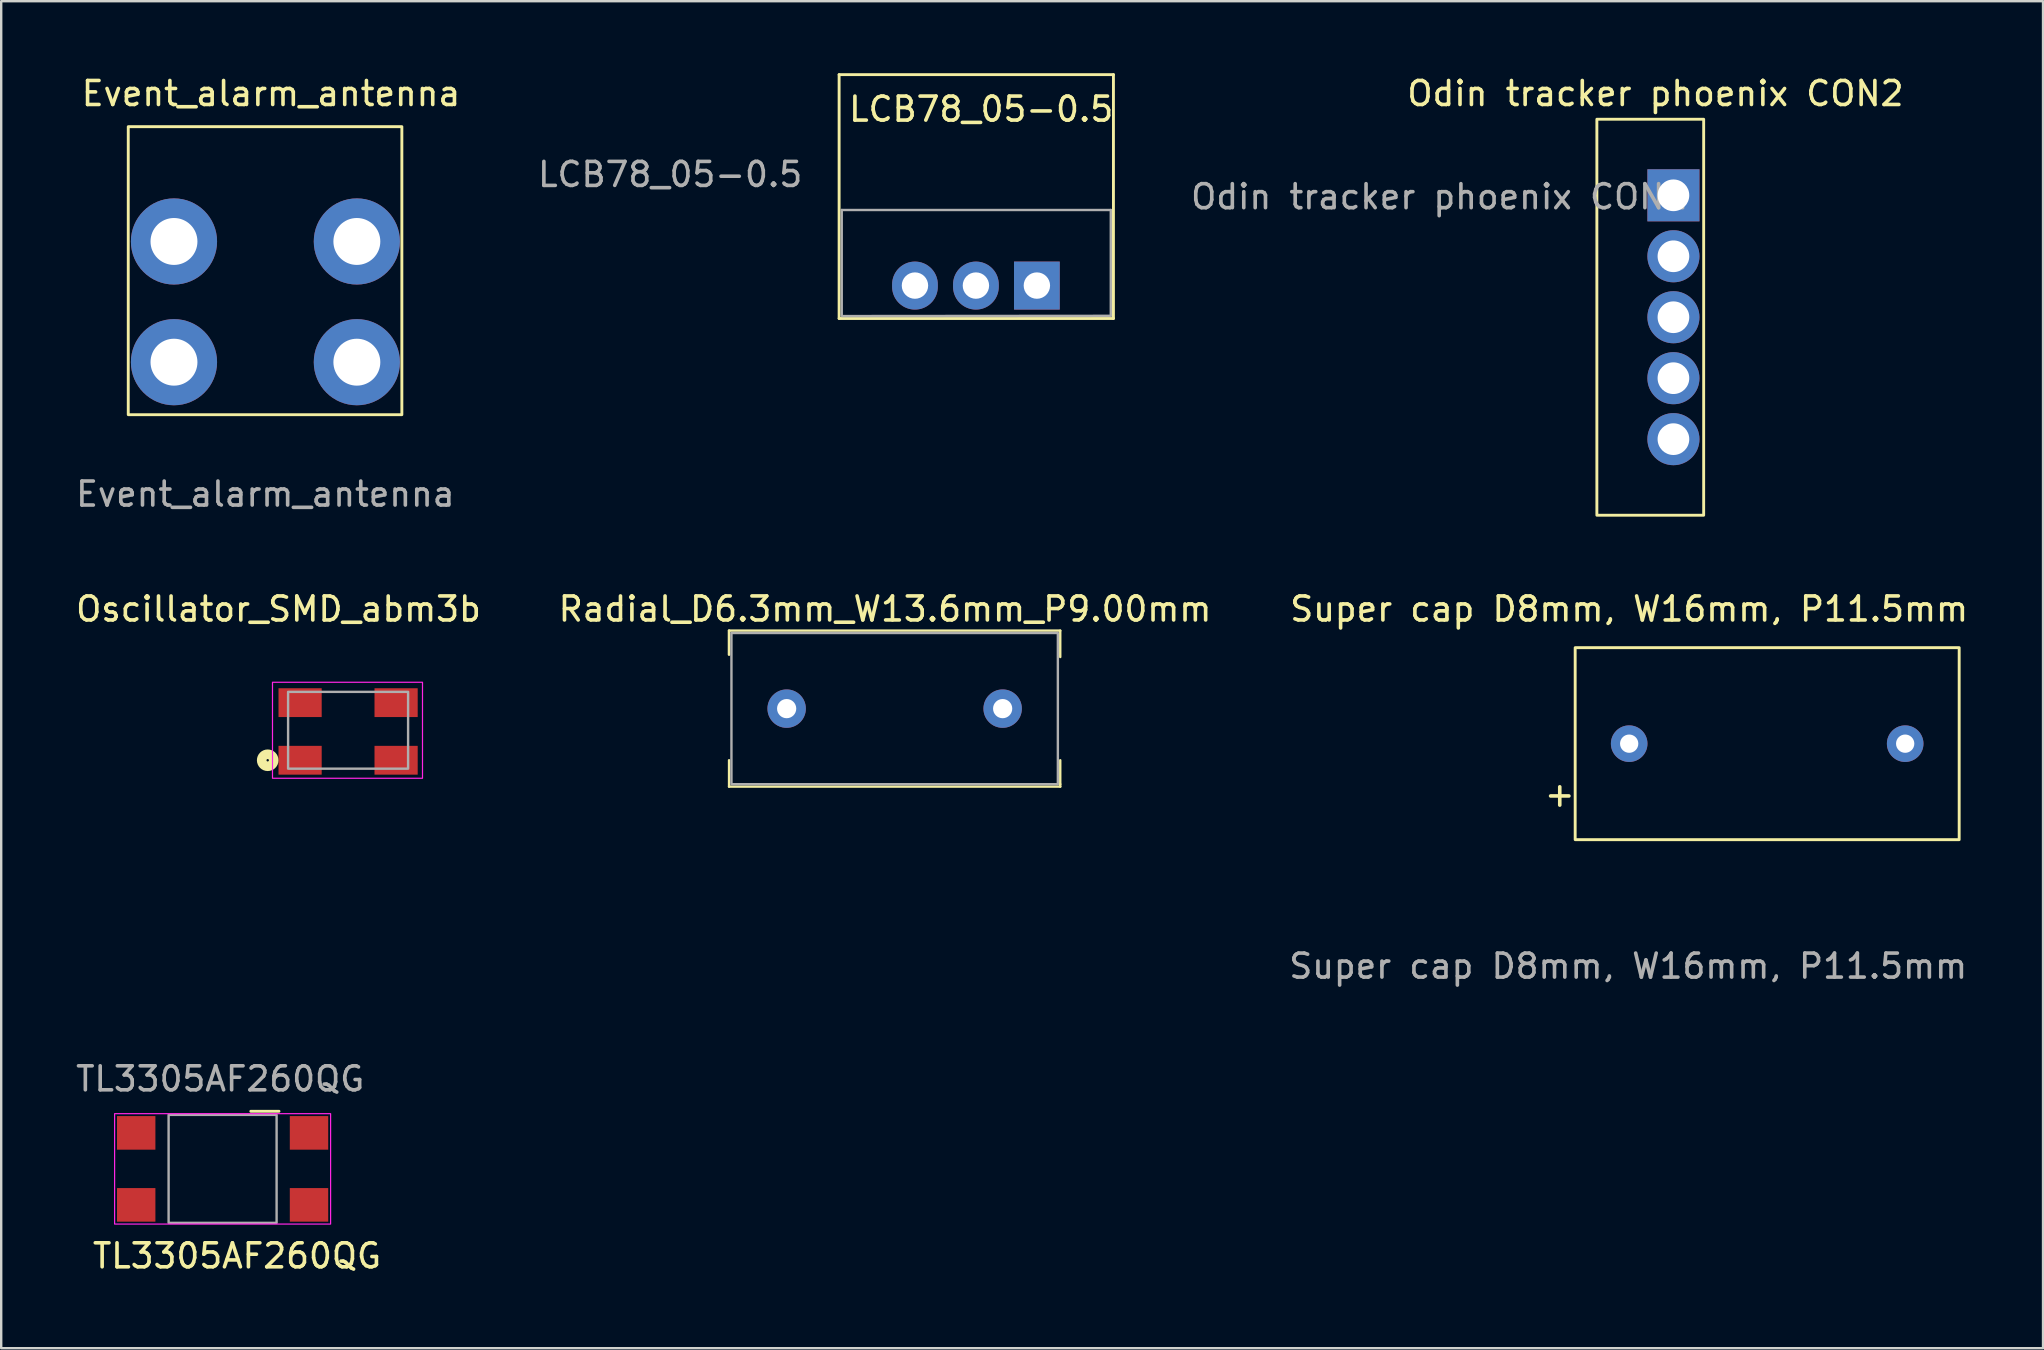
<source format=kicad_pcb>
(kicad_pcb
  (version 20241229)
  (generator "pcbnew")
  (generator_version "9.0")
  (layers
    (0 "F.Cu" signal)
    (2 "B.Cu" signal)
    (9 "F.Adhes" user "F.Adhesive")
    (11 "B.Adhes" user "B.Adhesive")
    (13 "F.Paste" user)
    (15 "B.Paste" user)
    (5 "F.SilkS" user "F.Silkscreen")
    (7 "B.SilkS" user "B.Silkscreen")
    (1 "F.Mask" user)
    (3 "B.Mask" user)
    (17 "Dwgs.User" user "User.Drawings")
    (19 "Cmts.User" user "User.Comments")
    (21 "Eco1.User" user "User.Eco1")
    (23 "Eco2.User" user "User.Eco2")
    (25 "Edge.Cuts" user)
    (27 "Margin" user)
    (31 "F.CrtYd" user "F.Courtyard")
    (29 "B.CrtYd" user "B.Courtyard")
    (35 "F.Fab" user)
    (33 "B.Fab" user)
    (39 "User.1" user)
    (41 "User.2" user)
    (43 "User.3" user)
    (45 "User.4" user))
  (footprint "TL3305AF260QG"
    (layer "F.Cu")
    (at 6.625 48.303)
    (property "Reference" "TL3305AF260QG" (at 0.2 0.975 0) (layer "F.SilkS") (effects (font (size 1 1) (thickness 0.15))))
    (attr smd)
    (fp_line (start 1.95 -5.05) (end 0.775 -5.05) (stroke (width 0.12) (type default)) (layer "F.SilkS"))
    (fp_rect (start 4.1 -0.35) (end -4.9 -4.95) (stroke (width 0.05) (type default)) (fill no) (layer "F.CrtYd"))
    (fp_rect (start 1.85 -0.4) (end -2.65 -4.9) (stroke (width 0.1) (type default)) (fill no) (layer "F.Fab"))
    (fp_text user "${REFERENCE}" (at -0.5 -6.4 0) (layer "F.Fab") (effects (font (size 1 1) (thickness 0.15))))
    (pad "1" smd rect (at 3.2 -4.15 180) (size 1.6 1.4) (layers "F.Cu" "F.Mask" "F.Paste"))
    (pad "2" smd rect (at -4 -4.15 180) (size 1.6 1.4) (layers "F.Cu" "F.Mask" "F.Paste"))
    (pad "3" smd rect (at 3.2 -1.15 180) (size 1.6 1.4) (layers "F.Cu" "F.Mask" "F.Paste"))
    (pad "4" smd rect (at -4 -1.15 180) (size 1.6 1.4) (layers "F.Cu" "F.Mask" "F.Paste")))
  (footprint "Radial_D6.3mm_W13.6mm_P9.00mm"
    (layer "F.Cu")
    (at 27.427 23.326)
    (property "Reference" "Radial_D6.3mm_W13.6mm_P9.00mm" (at 6.4 -1 0) (layer "F.SilkS") (effects (font (size 1 1) (thickness 0.15))))
    (attr through_hole)
    (fp_line (start -0.1 -0.1) (end -0.1 0.9) (stroke (width 0.11) (type default)) (layer "F.SilkS"))
    (fp_line (start -0.1 6.4) (end -0.1 5.3) (stroke (width 0.1) (type default)) (layer "F.SilkS"))
    (fp_line (start 13.7 -0.1) (end -0.1 -0.1) (stroke (width 0.1) (type default)) (layer "F.SilkS"))
    (fp_line (start 13.7 1) (end 13.7 -0.1) (stroke (width 0.1) (type default)) (layer "F.SilkS"))
    (fp_line (start 13.7 6.3) (end 13.7 5.3) (stroke (width 0.1) (type default)) (layer "F.SilkS"))
    (fp_line (start 13.7 6.3) (end 13.7 6.4) (stroke (width 0.1) (type default)) (layer "F.SilkS"))
    (fp_line (start 13.7 6.4) (end -0.1 6.4) (stroke (width 0.1) (type default)) (layer "F.SilkS"))
    (fp_rect (start 0 0) (end 13.6 6.3) (stroke (width 0.1) (type solid)) (fill no) (layer "F.Fab"))
    (pad "1" thru_hole circle (at 2.3 3.15) (size 1.6 1.6) (drill 0.8) (layers "*.Cu" "*.Mask"))
    (pad "2" thru_hole circle (at 11.3 3.15) (size 1.6 1.6) (drill 0.8) (layers "*.Cu" "*.Mask")))
  (footprint "Super cap D8mm, W16mm, P11.5mm"
    (layer "F.Cu")
    (at 64.832 27.936)
    (property "Reference" "Super cap D8mm, W16mm, P11.5mm" (at 0 -5.61 0) (unlocked yes) (layer "F.SilkS") (effects (font (size 1 1) (thickness 0.15))))
    (attr through_hole)
    (fp_rect (start -2.25 -4) (end 13.75 4) (stroke (width 0.12) (type default)) (fill no) (layer "F.SilkS"))
    (fp_text user "+" (at -3.61 2.69 0) (unlocked yes) (layer "F.SilkS") (effects (font (size 1 1) (thickness 0.15)) (justify left bottom)))
    (fp_text user "${REFERENCE}" (at -0.04 9.27 0) (unlocked yes) (layer "F.Fab") (effects (font (size 1 1) (thickness 0.15))))
    (pad "1" thru_hole circle (at 0 0) (size 1.524 1.524) (drill 0.762) (layers "*.Cu" "*.Mask"))
    (pad "2" thru_hole circle (at 11.5 0) (size 1.524 1.524) (drill 0.762) (layers "*.Cu" "*.Mask")))
  (footprint "Event_alarm_antenna"
    (layer "F.Cu")
    (at 7.983 8.761)
    (property "Reference" "Event_alarm_antenna" (at 0.259 -7.913 0) (unlocked yes) (layer "F.SilkS") (effects (font (size 1 1) (thickness 0.15))))
    (attr through_hole)
    (fp_rect (start -5.689 -6.533) (end 5.711 5.467) (stroke (width 0.12) (type default)) (fill no) (layer "F.SilkS"))
    (fp_text user "${REFERENCE}" (at 0.023 8.777 0) (unlocked yes) (layer "F.Fab") (effects (font (size 1 1) (thickness 0.15))))
    (pad "1" thru_hole circle (at -3.784 -1.75) (size 3.59 3.59) (drill 1.955) (layers "*.Cu" "*.Mask"))
    (pad "1" thru_hole circle (at -3.784 3.28) (size 3.59 3.59) (drill 1.955) (layers "*.Cu" "*.Mask"))
    (pad "1" thru_hole circle (at 3.836 -1.75) (size 3.59 3.59) (drill 1.955) (layers "*.Cu" "*.Mask"))
    (pad "1" thru_hole circle (at 3.836 3.28) (size 3.59 3.59) (drill 1.955) (layers "*.Cu" "*.Mask")))
  (footprint "Oscillator_SMD_abm3b"
    (layer "F.Cu")
    (at 8.554 25.627)
    (property "Reference" "Oscillator_SMD_abm3b" (at 0 -3.3 0) (layer "F.SilkS") (effects (font (size 1 1) (thickness 0.15))))
    (attr smd)
    (fp_circle (center -0.45 3) (end -0.4 3) (stroke (width 0.4) (type default)) (fill no) (layer "F.SilkS"))
    (fp_rect (start -0.25 -0.25) (end 6 3.75) (stroke (width 0.05) (type default)) (fill no) (layer "F.CrtYd"))
    (fp_rect (start 0.4 0.15) (end 5.4 3.35) (stroke (width 0.1) (type default)) (fill no) (layer "F.Fab"))
    (pad "1" smd rect (at 0.9 3) (size 1.8 1.2) (layers "F.Cu" "F.Mask" "F.Paste"))
    (pad "2" smd rect (at 4.9 3) (size 1.8 1.2) (layers "F.Cu" "F.Mask" "F.Paste"))
    (pad "3" smd rect (at 4.9 0.6) (size 1.8 1.2) (layers "F.Cu" "F.Mask" "F.Paste"))
    (pad "4" smd rect (at 0.9 0.6) (size 1.8 1.2) (layers "F.Cu" "F.Mask" "F.Paste")))
  (footprint "LCB78_05-0.5"
    (layer "F.Cu")
    (at 34.493 8.849)
    (property "Reference" "LCB78_05-0.5" (at 3.34 -7.35 0) (layer "F.SilkS") (effects (font (size 1 1) (thickness 0.15))))
    (attr through_hole)
    (fp_line (start -2.58 -8.789) (end -2.58 1.371) (stroke (width 0.12) (type solid)) (layer "F.SilkS"))
    (fp_line (start -2.58 -8.789) (end 8.85 -8.789) (stroke (width 0.12) (type solid)) (layer "F.SilkS"))
    (fp_line (start -2.58 1.371) (end 8.85 1.371) (stroke (width 0.12) (type solid)) (layer "F.SilkS"))
    (fp_line (start 8.85 -8.789) (end 8.85 1.371) (stroke (width 0.12) (type solid)) (layer "F.SilkS"))
    (fp_line (start -2.47 -3.15) (end -2.47 1.26) (stroke (width 0.1) (type solid)) (layer "F.Fab"))
    (fp_line (start -2.43 1.27) (end 8.74 1.26) (stroke (width 0.1) (type solid)) (layer "F.Fab"))
    (fp_line (start 8.74 -3.15) (end -2.47 -3.15) (stroke (width 0.1) (type solid)) (layer "F.Fab"))
    (fp_line (start 8.74 1.26) (end 8.74 -3.15) (stroke (width 0.1) (type solid)) (layer "F.Fab"))
    (fp_text user "${REFERENCE}" (at -9.62 -4.63 0) (layer "F.Fab") (effects (font (size 1 1) (thickness 0.15))))
    (pad "1" thru_hole rect (at 5.66 0) (size 1.905 2) (drill 1.1) (layers "*.Cu" "*.Mask"))
    (pad "2" thru_hole oval (at 3.12 0) (size 1.905 2) (drill 1.1) (layers "*.Cu" "*.Mask"))
    (pad "3" thru_hole oval (at 0.58 0) (size 1.905 2) (drill 1.1) (layers "*.Cu" "*.Mask")))
  (footprint "Odin tracker phoenix CON2"
    (layer "F.Cu")
    (at 63.486 1.918)
    (property "Reference" "Odin tracker phoenix CON2" (at 2.44 -1.07 0) (layer "F.SilkS") (effects (font (size 1 1) (thickness 0.15))))
    (attr through_hole)
    (fp_rect (start 0 0) (end 4.45 16.5) (stroke (width 0.12) (type default)) (fill no) (layer "F.SilkS"))
    (fp_text user "${REFERENCE}" (at -6.57 3.23 0) (layer "F.Fab") (effects (font (size 1 1) (thickness 0.15))))
    (pad "1" thru_hole rect (at 3.19 3.17 270) (size 2.17 2.17) (drill 1.32) (layers "*.Cu" "*.Mask"))
    (pad "2" thru_hole circle (at 3.19 5.71 270) (size 2.17 2.17) (drill 1.32) (layers "*.Cu" "*.Mask"))
    (pad "3" thru_hole circle (at 3.19 8.25 270) (size 2.17 2.17) (drill 1.32) (layers "*.Cu" "*.Mask"))
    (pad "4" thru_hole circle (at 3.19 10.79 270) (size 2.17 2.17) (drill 1.32) (layers "*.Cu" "*.Mask"))
    (pad "5" thru_hole circle (at 3.19 13.33 270) (size 2.17 2.17) (drill 1.32) (layers "*.Cu" "*.Mask")))
  (gr_rect
    (start -3 -3)
    (end 82.076 53.126)
    (stroke (width 0.1) (type default))
    (fill no)
    (layer "Edge.Cuts")))
</source>
